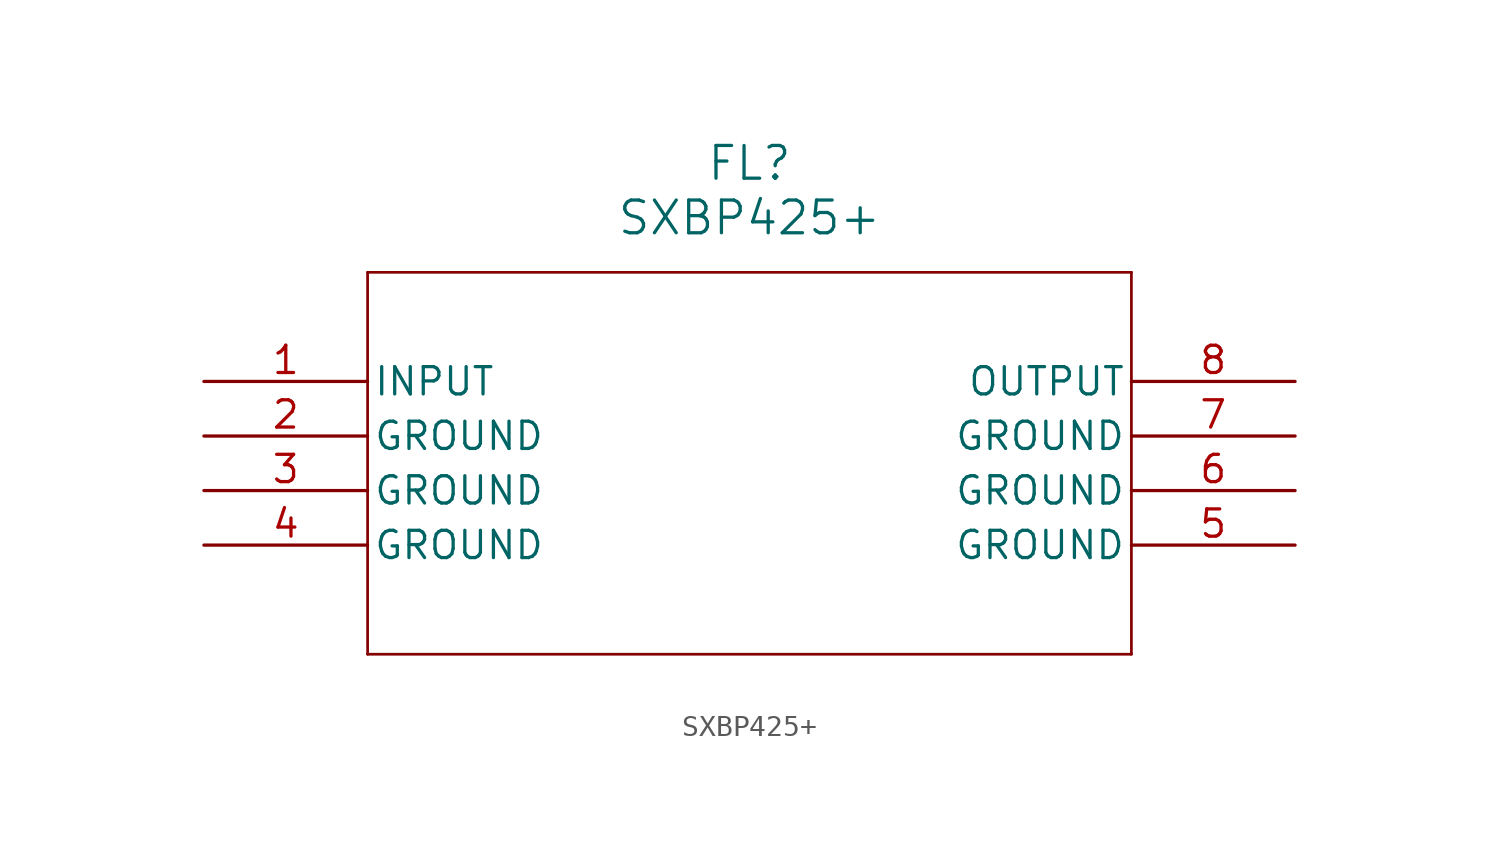
<source format=kicad_sym>
(kicad_symbol_lib
  (version 20211014)
  (generator kicad_symbol_editor)
  (symbol "SXBP425+"
    (pin_names
      (offset 0.254))
    (property "Reference" "FL"
      (at 25.4 10.16 0)
      (effects (font (size 1.524 1.524))))
    (property "Value" "SXBP425+"
      (at 25.4 7.62 0)
      (effects (font (size 1.524 1.524))))
    (symbol "SXBP425+_0_1"
      (polyline (pts (xy 7.62 5.08) (xy 7.62 -12.7)) (stroke (width 0.127) (type default) (color 0 0 0 0)) (fill (type none)))
      (polyline (pts (xy 7.62 -12.7) (xy 43.18 -12.7)) (stroke (width 0.127) (type default) (color 0 0 0 0)) (fill (type none)))
      (polyline (pts (xy 43.18 -12.7) (xy 43.18 5.08)) (stroke (width 0.127) (type default) (color 0 0 0 0)) (fill (type none)))
      (polyline (pts (xy 43.18 5.08) (xy 7.62 5.08)) (stroke (width 0.127) (type default) (color 0 0 0 0)) (fill (type none)))
      (pin input line (at 0 0 0) (length 7.62) (name "INPUT" (effects (font (size 1.27 1.27)))) (number "1" (effects (font (size 1.27 1.27)))))
      (pin power_out line (at 0 -2.54 0) (length 7.62) (name "GROUND" (effects (font (size 1.27 1.27)))) (number "2" (effects (font (size 1.27 1.27)))))
      (pin power_out line (at 0 -5.08 0) (length 7.62) (name "GROUND" (effects (font (size 1.27 1.27)))) (number "3" (effects (font (size 1.27 1.27)))))
      (pin power_out line (at 0 -7.62 0) (length 7.62) (name "GROUND" (effects (font (size 1.27 1.27)))) (number "4" (effects (font (size 1.27 1.27)))))
      (pin power_out line (at 50.8 -7.62 180) (length 7.62) (name "GROUND" (effects (font (size 1.27 1.27)))) (number "5" (effects (font (size 1.27 1.27)))))
      (pin power_out line (at 50.8 -5.08 180) (length 7.62) (name "GROUND" (effects (font (size 1.27 1.27)))) (number "6" (effects (font (size 1.27 1.27)))))
      (pin power_out line (at 50.8 -2.54 180) (length 7.62) (name "GROUND" (effects (font (size 1.27 1.27)))) (number "7" (effects (font (size 1.27 1.27)))))
      (pin output line (at 50.8 0 180) (length 7.62) (name "OUTPUT" (effects (font (size 1.27 1.27)))) (number "8" (effects (font (size 1.27 1.27))))))))
</source>
